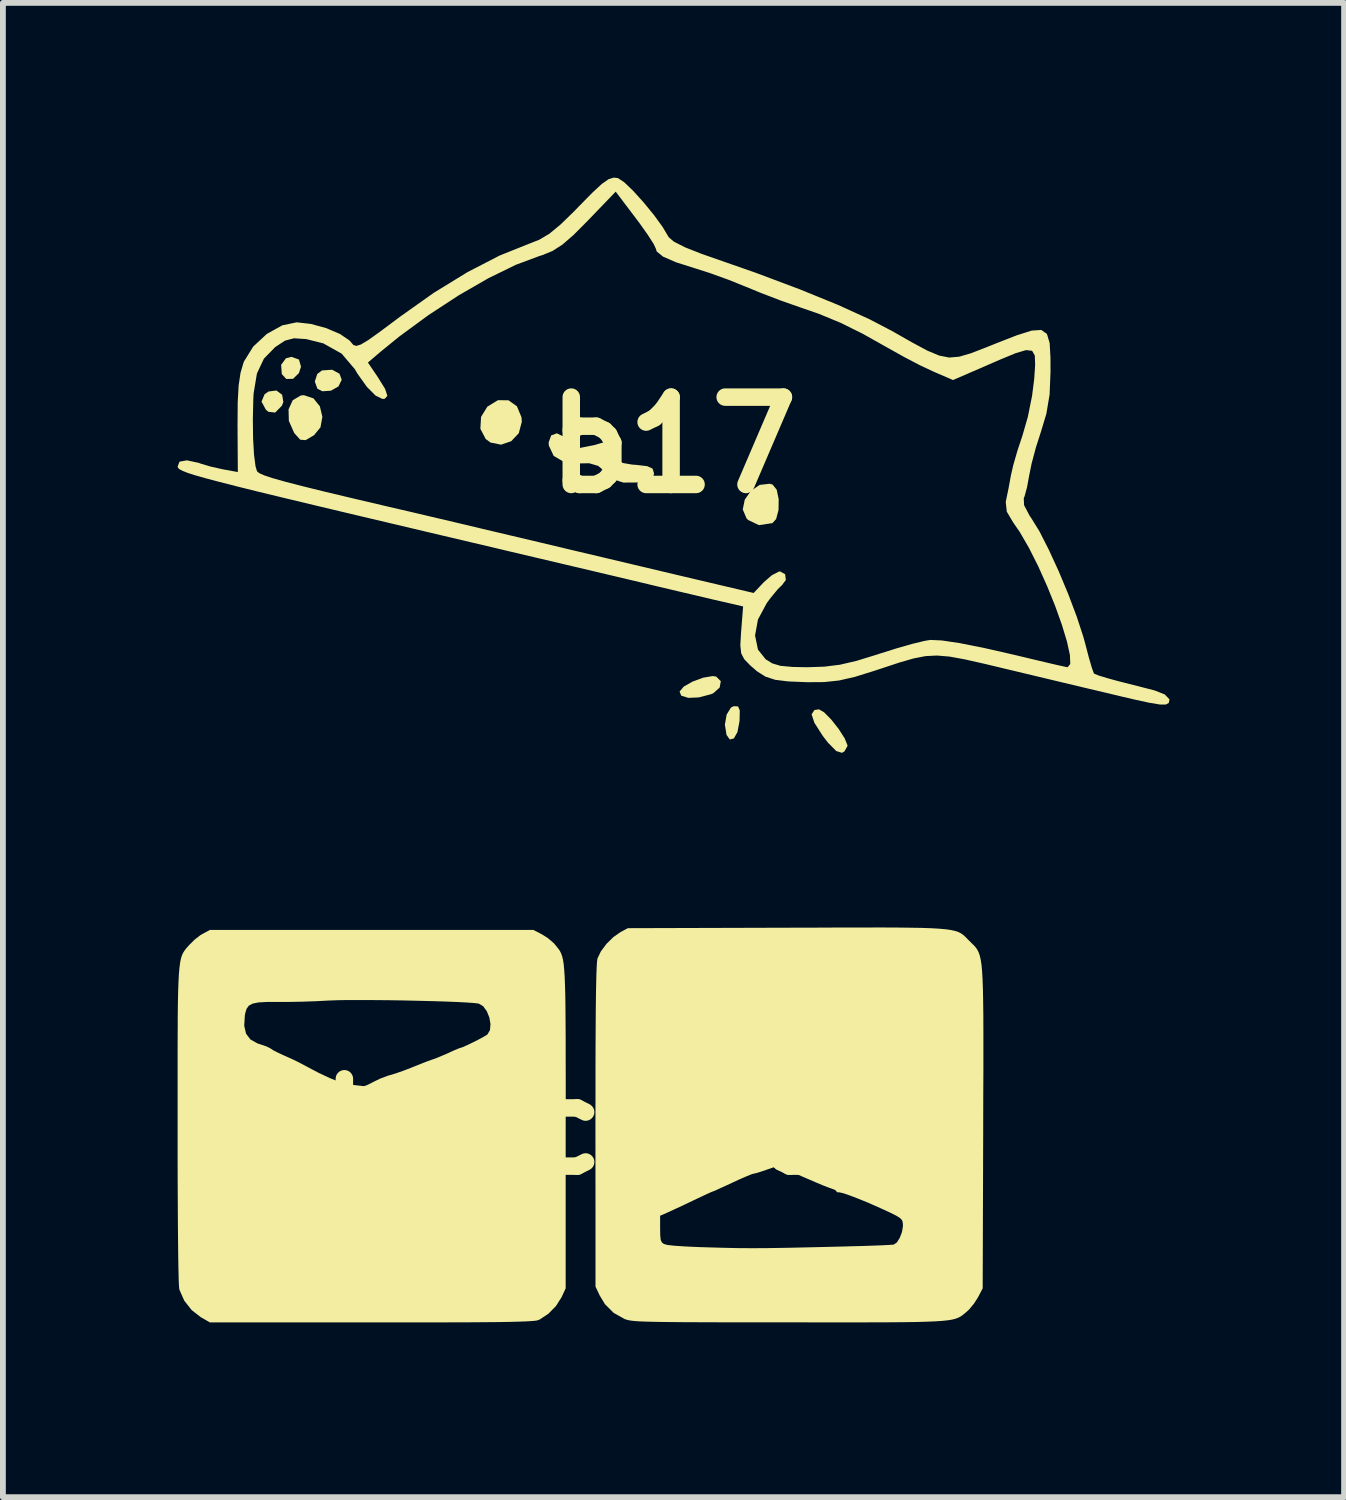
<source format=kicad_pcb>
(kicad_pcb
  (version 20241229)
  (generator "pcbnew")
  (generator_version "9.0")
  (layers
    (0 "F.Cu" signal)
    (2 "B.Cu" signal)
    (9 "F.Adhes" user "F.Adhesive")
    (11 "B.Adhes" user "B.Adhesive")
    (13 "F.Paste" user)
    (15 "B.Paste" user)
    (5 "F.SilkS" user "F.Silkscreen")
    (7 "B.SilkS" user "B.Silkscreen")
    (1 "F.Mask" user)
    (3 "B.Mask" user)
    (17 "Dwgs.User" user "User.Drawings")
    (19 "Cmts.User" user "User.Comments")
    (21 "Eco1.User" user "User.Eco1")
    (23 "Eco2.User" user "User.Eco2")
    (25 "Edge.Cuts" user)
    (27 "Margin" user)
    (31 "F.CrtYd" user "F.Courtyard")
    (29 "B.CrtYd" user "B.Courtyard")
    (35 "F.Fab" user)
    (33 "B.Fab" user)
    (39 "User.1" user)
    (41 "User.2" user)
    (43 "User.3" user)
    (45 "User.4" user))
  (footprint "block18"
    (layer "F.Cu")
    (at 6.935 16.297)
    (property "Reference" "block18" (at 0 0 0) (layer "F.SilkS") (effects (font (size 1.5 1.5) (thickness 0.3))))
    (attr board_only exclude_from_pos_files exclude_from_bom)
    (fp_poly (pts (xy -0.68 -3.303) (xy -0.576 -3.237) (xy -0.48 -3.155) (xy -0.447 -3.118) (xy -0.418 -3.082) (xy -0.392 -3.049) (xy -0.369 -3.015) (xy -0.35 -2.976) (xy -0.333 -2.93) (xy -0.318 -2.871) (xy -0.306 -2.797) (xy -0.297 -2.703) (xy -0.289 -2.586) (xy -0.283 -2.442) (xy -0.278 -2.268) (xy -0.275 -2.058) (xy -0.273 -1.811) (xy -0.271 -1.521) (xy -0.271 -1.185) (xy -0.27 -0.8) (xy -0.27 -0.362) (xy -0.271 0.011) (xy -0.271 2.777) (xy -0.341 2.928) (xy -0.437 3.08) (xy -0.568 3.213) (xy -0.714 3.31) (xy -0.74 3.321) (xy -0.766 3.329) (xy -0.81 3.335) (xy -0.875 3.34) (xy -0.964 3.345) (xy -1.082 3.349) (xy -1.231 3.353) (xy -1.415 3.356) (xy -1.637 3.358) (xy -1.901 3.36) (xy -2.21 3.361) (xy -2.567 3.362) (xy -2.977 3.362) (xy -3.442 3.362) (xy -3.609 3.362) (xy -6.38 3.362) (xy -6.539 3.271) (xy -6.695 3.149) (xy -6.821 2.988) (xy -6.903 2.803) (xy -6.906 2.793) (xy -6.911 2.744) (xy -6.916 2.637) (xy -6.92 2.474) (xy -6.924 2.259) (xy -6.927 1.993) (xy -6.93 1.679) (xy -6.932 1.318) (xy -6.934 0.914) (xy -6.935 0.469) (xy -6.935 -0.015) (xy -6.935 -0.017) (xy -6.935 -0.496) (xy -6.935 -0.918) (xy -6.935 -1.288) (xy -6.934 -1.609) (xy -6.933 -1.731) (xy -5.791 -1.731) (xy -5.76 -1.597) (xy -5.685 -1.497) (xy -5.563 -1.429) (xy -5.505 -1.41) (xy -5.416 -1.38) (xy -5.35 -1.349) (xy -5.334 -1.338) (xy -5.29 -1.31) (xy -5.208 -1.268) (xy -5.106 -1.221) (xy -5.104 -1.22) (xy -4.98 -1.165) (xy -4.856 -1.105) (xy -4.774 -1.062) (xy -4.522 -0.928) (xy -4.311 -0.829) (xy -4.137 -0.762) (xy -3.993 -0.726) (xy -3.953 -0.72) (xy -3.851 -0.708) (xy -3.772 -0.699) (xy -3.738 -0.695) (xy -3.696 -0.707) (xy -3.624 -0.741) (xy -3.573 -0.768) (xy -3.458 -0.824) (xy -3.328 -0.873) (xy -3.287 -0.885) (xy -3.187 -0.915) (xy -3.056 -0.961) (xy -2.918 -1.014) (xy -2.881 -1.029) (xy -2.758 -1.078) (xy -2.649 -1.121) (xy -2.571 -1.149) (xy -2.552 -1.155) (xy -2.486 -1.179) (xy -2.388 -1.22) (xy -2.287 -1.264) (xy -2.191 -1.308) (xy -2.118 -1.339) (xy -2.084 -1.351) (xy -2.083 -1.351) (xy -2.042 -1.364) (xy -1.965 -1.398) (xy -1.869 -1.444) (xy -1.768 -1.495) (xy -1.681 -1.542) (xy -1.623 -1.577) (xy -1.614 -1.584) (xy -1.571 -1.658) (xy -1.562 -1.761) (xy -1.582 -1.875) (xy -1.626 -1.983) (xy -1.688 -2.068) (xy -1.764 -2.113) (xy -1.765 -2.113) (xy -1.837 -2.122) (xy -1.959 -2.131) (xy -2.126 -2.14) (xy -2.327 -2.148) (xy -2.555 -2.155) (xy -2.8 -2.161) (xy -3.056 -2.167) (xy -3.313 -2.171) (xy -3.563 -2.173) (xy -3.798 -2.174) (xy -4.008 -2.174) (xy -4.187 -2.171) (xy -4.325 -2.166) (xy -4.353 -2.165) (xy -4.558 -2.154) (xy -4.782 -2.146) (xy -5.001 -2.142) (xy -5.189 -2.141) (xy -5.21 -2.141) (xy -5.404 -2.141) (xy -5.546 -2.133) (xy -5.646 -2.113) (xy -5.711 -2.078) (xy -5.751 -2.023) (xy -5.774 -1.946) (xy -5.781 -1.907) (xy -5.791 -1.731) (xy -6.933 -1.731) (xy -6.933 -1.886) (xy -6.93 -2.121) (xy -6.926 -2.319) (xy -6.92 -2.484) (xy -6.913 -2.619) (xy -6.903 -2.729) (xy -6.892 -2.816) (xy -6.878 -2.885) (xy -6.861 -2.94) (xy -6.841 -2.984) (xy -6.817 -3.022) (xy -6.791 -3.056) (xy -6.76 -3.092) (xy -6.735 -3.12) (xy -6.647 -3.208) (xy -6.547 -3.286) (xy -6.504 -3.311) (xy -6.38 -3.378) (xy -3.603 -3.378) (xy -0.826 -3.378)) (stroke (width 0) (type solid)) (fill yes) (layer "F.SilkS"))
    (fp_poly (pts (xy 5.399 -3.419) (xy 5.638 -3.416) (xy 5.84 -3.413) (xy 6.008 -3.407) (xy 6.146 -3.399) (xy 6.257 -3.389) (xy 6.347 -3.376) (xy 6.418 -3.36) (xy 6.474 -3.341) (xy 6.518 -3.319) (xy 6.556 -3.292) (xy 6.59 -3.262) (xy 6.624 -3.227) (xy 6.662 -3.188) (xy 6.665 -3.186) (xy 6.704 -3.147) (xy 6.74 -3.112) (xy 6.771 -3.077) (xy 6.797 -3.039) (xy 6.82 -2.994) (xy 6.84 -2.937) (xy 6.856 -2.866) (xy 6.87 -2.777) (xy 6.88 -2.666) (xy 6.888 -2.529) (xy 6.894 -2.362) (xy 6.898 -2.162) (xy 6.901 -1.925) (xy 6.902 -1.647) (xy 6.902 -1.325) (xy 6.902 -0.954) (xy 6.9 -0.532) (xy 6.899 -0.054) (xy 6.899 0.031) (xy 6.89 2.777) (xy 6.809 2.932) (xy 6.741 3.038) (xy 6.659 3.138) (xy 6.615 3.179) (xy 6.578 3.21) (xy 6.544 3.237) (xy 6.51 3.261) (xy 6.47 3.281) (xy 6.423 3.299) (xy 6.363 3.314) (xy 6.287 3.326) (xy 6.191 3.336) (xy 6.071 3.344) (xy 5.923 3.35) (xy 5.745 3.355) (xy 5.531 3.358) (xy 5.278 3.36) (xy 4.982 3.361) (xy 4.639 3.362) (xy 4.246 3.362) (xy 3.799 3.361) (xy 3.56 3.361) (xy 3.097 3.361) (xy 2.691 3.361) (xy 2.337 3.36) (xy 2.032 3.359) (xy 1.77 3.358) (xy 1.55 3.356) (xy 1.366 3.354) (xy 1.216 3.351) (xy 1.094 3.348) (xy 0.997 3.344) (xy 0.922 3.339) (xy 0.864 3.333) (xy 0.819 3.326) (xy 0.785 3.318) (xy 0.755 3.309) (xy 0.738 3.302) (xy 0.553 3.198) (xy 0.403 3.048) (xy 0.312 2.897) (xy 0.241 2.747) (xy 0.241 1.53) (xy 1.351 1.53) (xy 1.351 1.755) (xy 1.353 1.872) (xy 1.361 1.944) (xy 1.379 1.986) (xy 1.411 2.012) (xy 1.419 2.016) (xy 1.477 2.032) (xy 1.595 2.045) (xy 1.773 2.057) (xy 2.009 2.068) (xy 2.207 2.074) (xy 2.385 2.079) (xy 2.547 2.083) (xy 2.702 2.086) (xy 2.857 2.087) (xy 3.018 2.087) (xy 3.195 2.086) (xy 3.393 2.083) (xy 3.62 2.079) (xy 3.884 2.073) (xy 4.192 2.066) (xy 4.552 2.057) (xy 4.609 2.055) (xy 4.81 2.05) (xy 4.994 2.044) (xy 5.151 2.038) (xy 5.271 2.032) (xy 5.346 2.027) (xy 5.364 2.025) (xy 5.417 1.988) (xy 5.466 1.91) (xy 5.504 1.81) (xy 5.521 1.708) (xy 5.519 1.664) (xy 5.513 1.627) (xy 5.497 1.595) (xy 5.463 1.564) (xy 5.404 1.528) (xy 5.31 1.481) (xy 5.174 1.418) (xy 5.089 1.38) (xy 4.915 1.303) (xy 4.752 1.237) (xy 4.611 1.183) (xy 4.501 1.145) (xy 4.43 1.128) (xy 4.409 1.129) (xy 4.385 1.124) (xy 4.383 1.116) (xy 4.358 1.089) (xy 4.304 1.067) (xy 4.249 1.048) (xy 4.151 1.01) (xy 4.022 0.956) (xy 3.874 0.892) (xy 3.799 0.86) (xy 3.373 0.672) (xy 3.18 0.74) (xy 3.077 0.775) (xy 2.994 0.8) (xy 2.95 0.809) (xy 2.91 0.822) (xy 2.827 0.856) (xy 2.715 0.905) (xy 2.594 0.961) (xy 2.468 1.019) (xy 2.363 1.067) (xy 2.291 1.1) (xy 2.262 1.111) (xy 2.231 1.123) (xy 2.157 1.156) (xy 2.051 1.206) (xy 1.923 1.266) (xy 1.912 1.272) (xy 1.771 1.339) (xy 1.638 1.401) (xy 1.53 1.451) (xy 1.464 1.481) (xy 1.351 1.53) (xy 0.241 1.53) (xy 0.24 -0.012) (xy 0.241 -0.523) (xy 0.241 -0.976) (xy 0.242 -1.375) (xy 0.244 -1.721) (xy 0.246 -2.017) (xy 0.249 -2.266) (xy 0.253 -2.469) (xy 0.257 -2.63) (xy 0.262 -2.75) (xy 0.267 -2.833) (xy 0.274 -2.881) (xy 0.275 -2.888) (xy 0.333 -3.009) (xy 0.429 -3.138) (xy 0.547 -3.254) (xy 0.67 -3.34) (xy 0.672 -3.341) (xy 0.796 -3.408) (xy 3.511 -3.416) (xy 3.993 -3.417) (xy 4.42 -3.419) (xy 4.794 -3.419) (xy 5.119 -3.42)) (stroke (width 0) (type solid)) (fill yes) (layer "F.SilkS")))
  (footprint "b17"
    (layer "F.Cu")
    (at 8.51 4.591)
    (property "Reference" "b17" (at 0 0 0) (layer "F.SilkS") (effects (font (size 1.5 1.5) (thickness 0.3))))
    (attr board_only exclude_from_pos_files exclude_from_bom)
    (fp_poly (pts (xy -6.426 -1.467) (xy -6.391 -1.344) (xy -6.427 -1.234) (xy -6.527 -1.136) (xy -6.644 -1.133) (xy -6.721 -1.217) (xy -6.732 -1.377) (xy -6.65 -1.488) (xy -6.555 -1.513)) (stroke (width 0) (type solid)) (fill yes) (layer "F.SilkS"))
    (fp_poly (pts (xy -6.715 -0.862) (xy -6.694 -0.737) (xy -6.72 -0.673) (xy -6.835 -0.556) (xy -6.952 -0.57) (xy -6.994 -0.605) (xy -7.069 -0.744) (xy -7.017 -0.87) (xy -6.949 -0.918) (xy -6.813 -0.935)) (stroke (width 0) (type solid)) (fill yes) (layer "F.SilkS"))
    (fp_poly (pts (xy -5.73 -1.223) (xy -5.692 -1.119) (xy -5.748 -1.005) (xy -5.877 -0.932) (xy -6.023 -0.922) (xy -6.109 -0.965) (xy -6.154 -1.088) (xy -6.112 -1.219) (xy -6.03 -1.28) (xy -5.856 -1.292)) (stroke (width 0) (type solid)) (fill yes) (layer "F.SilkS"))
    (fp_poly (pts (xy 1.114 4.49) (xy 1.144 4.56) (xy 1.14 4.728) (xy 1.139 4.744) (xy 1.104 4.93) (xy 1.042 5.04) (xy 0.972 5.057) (xy 0.916 4.979) (xy 0.888 4.803) (xy 0.918 4.63) (xy 0.992 4.51) (xy 1.04 4.486)) (stroke (width 0) (type solid)) (fill yes) (layer "F.SilkS"))
    (fp_poly (pts (xy -2.828 -0.767) (xy -2.683 -0.664) (xy -2.605 -0.476) (xy -2.599 -0.4) (xy -2.651 -0.202) (xy -2.782 -0.064) (xy -2.956 -0.005) (xy -3.136 -0.041) (xy -3.22 -0.103) (xy -3.311 -0.278) (xy -3.299 -0.482) (xy -3.191 -0.658) (xy -3.009 -0.769)) (stroke (width 0) (type solid)) (fill yes) (layer "F.SilkS"))
    (fp_poly (pts (xy 0.738 3.977) (xy 0.818 4.057) (xy 0.798 4.166) (xy 0.691 4.262) (xy 0.654 4.279) (xy 0.442 4.335) (xy 0.259 4.343) (xy 0.138 4.305) (xy 0.11 4.234) (xy 0.182 4.149) (xy 0.334 4.063) (xy 0.516 3.996) (xy 0.677 3.969)) (stroke (width 0) (type solid)) (fill yes) (layer "F.SilkS"))
    (fp_poly (pts (xy -6.177 -0.8) (xy -6.067 -0.663) (xy -6.024 -0.483) (xy -6.057 -0.302) (xy -6.167 -0.168) (xy -6.31 -0.083) (xy -6.404 -0.09) (xy -6.499 -0.195) (xy -6.511 -0.212) (xy -6.6 -0.414) (xy -6.605 -0.611) (xy -6.533 -0.768) (xy -6.394 -0.85) (xy -6.342 -0.855)) (stroke (width 0) (type solid)) (fill yes) (layer "F.SilkS"))
    (fp_poly (pts (xy 1.707 0.68) (xy 1.778 0.769) (xy 1.812 0.932) (xy 1.809 1.117) (xy 1.768 1.272) (xy 1.705 1.342) (xy 1.474 1.377) (xy 1.287 1.289) (xy 1.259 1.259) (xy 1.195 1.108) (xy 1.229 0.94) (xy 1.334 0.789) (xy 1.485 0.686) (xy 1.657 0.666)) (stroke (width 0) (type solid)) (fill yes) (layer "F.SilkS"))
    (fp_poly (pts (xy 2.592 4.591) (xy 2.716 4.717) (xy 2.844 4.88) (xy 2.946 5.04) (xy 2.994 5.16) (xy 2.994 5.168) (xy 2.941 5.262) (xy 2.899 5.287) (xy 2.8 5.256) (xy 2.657 5.111) (xy 2.568 4.995) (xy 2.424 4.769) (xy 2.377 4.625) (xy 2.426 4.552) (xy 2.504 4.54)) (stroke (width 0) (type solid)) (fill yes) (layer "F.SilkS"))
    (fp_poly (pts (xy -1.892 -0.149) (xy -1.84 -0.059) (xy -1.764 0.032) (xy -1.605 0.052) (xy -1.353 0.002) (xy -1.233 -0.034) (xy -1.122 -0.047) (xy -1.052 0.025) (xy -1.014 0.12) (xy -0.956 0.246) (xy -0.868 0.309) (xy -0.706 0.337) (xy -0.636 0.342) (xy -0.446 0.364) (xy -0.354 0.406) (xy -0.329 0.486) (xy -0.329 0.494) (xy -0.35 0.576) (xy -0.434 0.621) (xy -0.614 0.643) (xy -0.643 0.645) (xy -0.854 0.646) (xy -0.996 0.601) (xy -1.131 0.491) (xy -1.141 0.481) (xy -1.289 0.359) (xy -1.443 0.314) (xy -1.607 0.317) (xy -1.871 0.294) (xy -2.052 0.188) (xy -2.135 0.011) (xy -2.139 -0.043) (xy -2.095 -0.164) (xy -1.997 -0.2)) (stroke (width 0) (type solid)) (fill yes) (layer "F.SilkS"))
    (fp_poly (pts (xy -0.949 -4.583) (xy -0.844 -4.514) (xy -0.689 -4.366) (xy -0.51 -4.168) (xy -0.332 -3.951) (xy -0.18 -3.742) (xy -0.08 -3.573) (xy -0.079 -3.57) (xy 0.011 -3.492) (xy 0.206 -3.393) (xy 0.487 -3.282) (xy 0.579 -3.25) (xy 1.425 -2.954) (xy 2.178 -2.671) (xy 2.831 -2.405) (xy 3.373 -2.158) (xy 3.756 -1.958) (xy 4.104 -1.76) (xy 4.365 -1.62) (xy 4.567 -1.535) (xy 4.74 -1.501) (xy 4.913 -1.516) (xy 5.114 -1.575) (xy 5.373 -1.675) (xy 5.552 -1.747) (xy 5.906 -1.885) (xy 6.157 -1.964) (xy 6.322 -1.975) (xy 6.418 -1.907) (xy 6.465 -1.751) (xy 6.479 -1.498) (xy 6.48 -1.254) (xy 6.464 -0.864) (xy 6.408 -0.534) (xy 6.318 -0.235) (xy 6.229 0.043) (xy 6.155 0.32) (xy 6.114 0.522) (xy 6.077 0.724) (xy 6.035 0.88) (xy 6.02 0.916) (xy 6.026 1.035) (xy 6.122 1.217) (xy 6.153 1.262) (xy 6.29 1.484) (xy 6.45 1.798) (xy 6.621 2.17) (xy 6.786 2.565) (xy 6.931 2.95) (xy 7.042 3.29) (xy 7.075 3.409) (xy 7.137 3.646) (xy 7.19 3.828) (xy 7.224 3.921) (xy 7.227 3.926) (xy 7.303 3.958) (xy 7.468 4.008) (xy 7.643 4.056) (xy 7.903 4.122) (xy 8.153 4.186) (xy 8.275 4.218) (xy 8.441 4.284) (xy 8.519 4.365) (xy 8.522 4.378) (xy 8.51 4.431) (xy 8.461 4.457) (xy 8.357 4.457) (xy 8.177 4.427) (xy 7.901 4.367) (xy 7.666 4.312) (xy 7.395 4.247) (xy 7.031 4.161) (xy 6.608 4.06) (xy 6.161 3.953) (xy 5.784 3.863) (xy 5.345 3.758) (xy 5.008 3.682) (xy 4.745 3.634) (xy 4.528 3.616) (xy 4.332 3.626) (xy 4.128 3.666) (xy 3.889 3.735) (xy 3.589 3.834) (xy 3.456 3.878) (xy 3.118 3.983) (xy 2.847 4.045) (xy 2.591 4.072) (xy 2.304 4.074) (xy 1.98 4.061) (xy 1.752 4.033) (xy 1.584 3.978) (xy 1.44 3.887) (xy 1.324 3.786) (xy 1.221 3.68) (xy 1.168 3.579) (xy 1.153 3.439) (xy 1.166 3.216) (xy 1.168 3.191) (xy 1.201 2.773) (xy 0.864 2.695) (xy 0.689 2.655) (xy 0.415 2.59) (xy 0.069 2.509) (xy -0.32 2.417) (xy -0.658 2.336) (xy -1.152 2.219) (xy -1.711 2.087) (xy -2.279 1.953) (xy -2.801 1.83) (xy -2.994 1.784) (xy -3.961 1.556) (xy -4.807 1.356) (xy -5.542 1.182) (xy -6.172 1.032) (xy -6.706 0.904) (xy -7.152 0.796) (xy -7.517 0.705) (xy -7.81 0.63) (xy -8.039 0.569) (xy -8.212 0.52) (xy -8.336 0.48) (xy -8.42 0.447) (xy -8.471 0.421) (xy -8.499 0.398) (xy -8.509 0.376) (xy -8.51 0.373) (xy -8.478 0.287) (xy -8.351 0.264) (xy -8.15 0.307) (xy -8.115 0.32) (xy -7.944 0.371) (xy -7.735 0.418) (xy -7.719 0.421) (xy -7.476 0.465) (xy -7.481 -0.343) (xy -7.48 -0.442) (xy -7.218 -0.442) (xy -7.214 -0.114) (xy -7.198 0.166) (xy -7.172 0.367) (xy -7.146 0.453) (xy -7.108 0.484) (xy -7.023 0.522) (xy -6.879 0.57) (xy -6.666 0.63) (xy -6.373 0.706) (xy -5.988 0.801) (xy -5.501 0.917) (xy -4.9 1.058) (xy -4.672 1.111) (xy -4.469 1.158) (xy -4.16 1.231) (xy -3.768 1.323) (xy -3.315 1.431) (xy -2.824 1.547) (xy -2.316 1.667) (xy -2.27 1.678) (xy -1.737 1.805) (xy -1.195 1.933) (xy -0.672 2.057) (xy -0.196 2.17) (xy 0.206 2.265) (xy 0.494 2.333) (xy 1.382 2.542) (xy 1.556 2.357) (xy 1.696 2.236) (xy 1.817 2.174) (xy 1.836 2.172) (xy 1.922 2.219) (xy 1.935 2.318) (xy 1.871 2.404) (xy 1.794 2.48) (xy 1.675 2.624) (xy 1.608 2.714) (xy 1.456 2.997) (xy 1.406 3.272) (xy 1.456 3.514) (xy 1.588 3.68) (xy 1.702 3.751) (xy 1.843 3.793) (xy 2.049 3.812) (xy 2.303 3.817) (xy 2.597 3.807) (xy 2.862 3.774) (xy 3.147 3.708) (xy 3.501 3.599) (xy 3.534 3.588) (xy 3.836 3.493) (xy 4.109 3.415) (xy 4.32 3.364) (xy 4.415 3.348) (xy 4.613 3.357) (xy 4.916 3.402) (xy 5.33 3.484) (xy 5.861 3.605) (xy 6.099 3.662) (xy 6.372 3.727) (xy 6.594 3.779) (xy 6.737 3.81) (xy 6.773 3.817) (xy 6.819 3.761) (xy 6.813 3.608) (xy 6.763 3.378) (xy 6.676 3.091) (xy 6.56 2.766) (xy 6.422 2.425) (xy 6.27 2.086) (xy 6.111 1.77) (xy 5.953 1.497) (xy 5.84 1.333) (xy 5.729 1.146) (xy 5.711 0.98) (xy 5.719 0.938) (xy 5.76 0.741) (xy 5.799 0.526) (xy 5.84 0.347) (xy 5.912 0.098) (xy 5.999 -0.165) (xy 6.09 -0.48) (xy 6.163 -0.843) (xy 6.2 -1.135) (xy 6.216 -1.376) (xy 6.21 -1.535) (xy 6.164 -1.617) (xy 6.06 -1.629) (xy 5.881 -1.576) (xy 5.608 -1.463) (xy 5.417 -1.38) (xy 4.806 -1.115) (xy 4.476 -1.257) (xy 4.251 -1.362) (xy 3.973 -1.507) (xy 3.699 -1.66) (xy 3.685 -1.668) (xy 3.254 -1.91) (xy 2.879 -2.096) (xy 2.509 -2.249) (xy 2.172 -2.366) (xy 1.858 -2.476) (xy 1.51 -2.609) (xy 1.252 -2.715) (xy 0.954 -2.835) (xy 0.633 -2.951) (xy 0.389 -3.029) (xy 0.046 -3.138) (xy -0.176 -3.235) (xy -0.283 -3.323) (xy -0.296 -3.367) (xy -0.334 -3.449) (xy -0.434 -3.606) (xy -0.578 -3.809) (xy -0.642 -3.894) (xy -0.987 -4.35) (xy -1.471 -3.847) (xy -1.714 -3.603) (xy -1.904 -3.439) (xy -2.071 -3.332) (xy -2.243 -3.261) (xy -2.293 -3.246) (xy -2.701 -3.094) (xy -3.172 -2.864) (xy -3.682 -2.57) (xy -4.202 -2.23) (xy -4.706 -1.86) (xy -5.023 -1.602) (xy -5.242 -1.415) (xy -5.072 -1.165) (xy -4.947 -0.963) (xy -4.908 -0.843) (xy -4.953 -0.793) (xy -4.99 -0.79) (xy -5.109 -0.846) (xy -5.26 -0.998) (xy -5.42 -1.222) (xy -5.469 -1.304) (xy -5.693 -1.568) (xy -6.009 -1.745) (xy -6.302 -1.818) (xy -6.512 -1.832) (xy -6.667 -1.791) (xy -6.834 -1.681) (xy -7.028 -1.482) (xy -7.148 -1.227) (xy -7.205 -0.885) (xy -7.21 -0.79) (xy -7.218 -0.442) (xy -7.48 -0.442) (xy -7.478 -0.733) (xy -7.462 -1.022) (xy -7.43 -1.237) (xy -7.38 -1.408) (xy -7.37 -1.434) (xy -7.212 -1.689) (xy -6.979 -1.906) (xy -6.713 -2.054) (xy -6.465 -2.106) (xy -6.22 -2.078) (xy -5.957 -2.006) (xy -5.722 -1.906) (xy -5.559 -1.795) (xy -5.533 -1.765) (xy -5.492 -1.717) (xy -5.441 -1.701) (xy -5.363 -1.725) (xy -5.239 -1.799) (xy -5.051 -1.933) (xy -4.781 -2.134) (xy -4.695 -2.199) (xy -4.112 -2.612) (xy -3.532 -2.968) (xy -2.982 -3.252) (xy -2.488 -3.45) (xy -2.48 -3.453) (xy -2.296 -3.526) (xy -2.125 -3.628) (xy -1.937 -3.783) (xy -1.702 -4.011) (xy -1.619 -4.097) (xy -1.389 -4.331) (xy -1.226 -4.482) (xy -1.109 -4.564) (xy -1.02 -4.591)) (stroke (width 0) (type solid)) (fill yes) (layer "F.SilkS")))
  (gr_rect
    (start -3 -3)
    (end 20.031 22.66)
    (stroke (width 0.1) (type default))
    (fill no)
    (layer "Edge.Cuts")))
</source>
